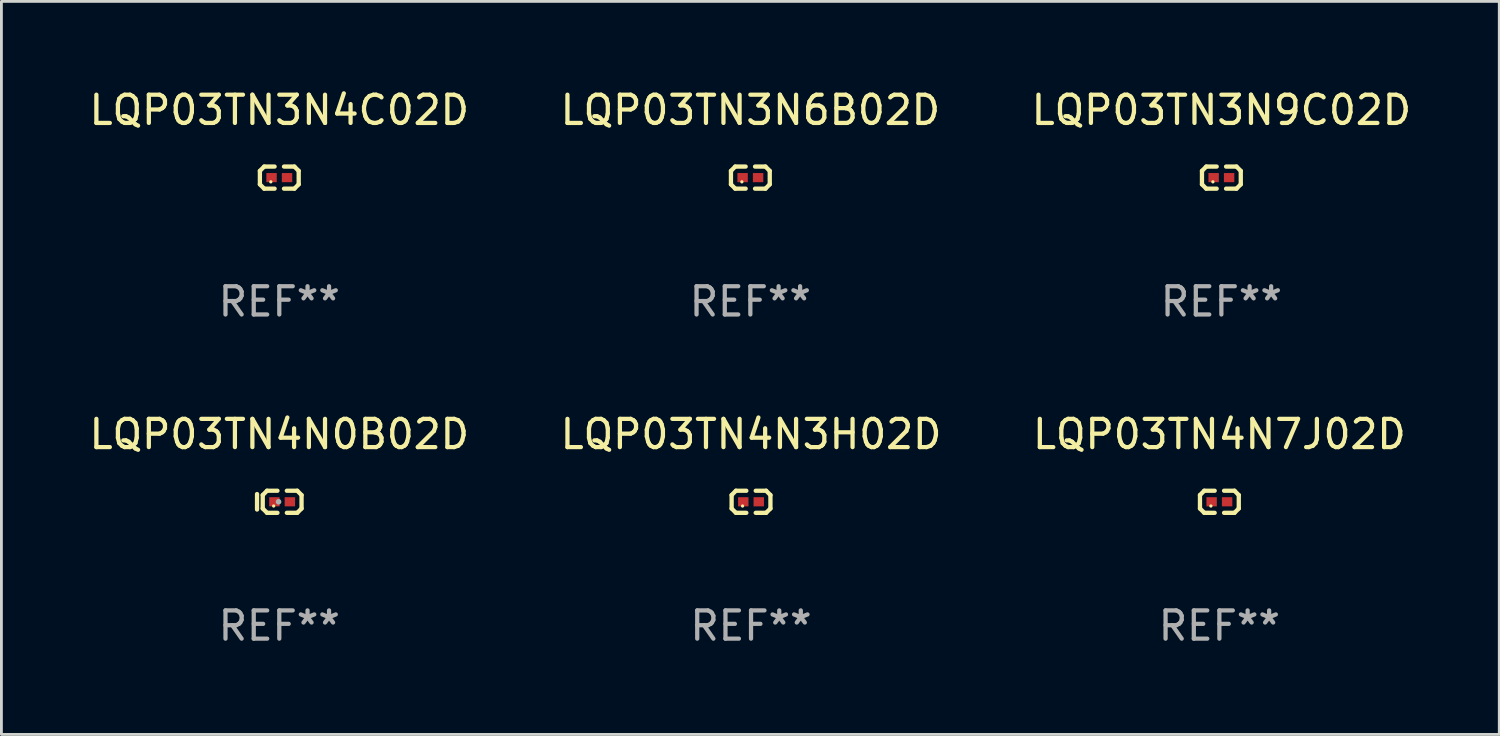
<source format=kicad_pcb>
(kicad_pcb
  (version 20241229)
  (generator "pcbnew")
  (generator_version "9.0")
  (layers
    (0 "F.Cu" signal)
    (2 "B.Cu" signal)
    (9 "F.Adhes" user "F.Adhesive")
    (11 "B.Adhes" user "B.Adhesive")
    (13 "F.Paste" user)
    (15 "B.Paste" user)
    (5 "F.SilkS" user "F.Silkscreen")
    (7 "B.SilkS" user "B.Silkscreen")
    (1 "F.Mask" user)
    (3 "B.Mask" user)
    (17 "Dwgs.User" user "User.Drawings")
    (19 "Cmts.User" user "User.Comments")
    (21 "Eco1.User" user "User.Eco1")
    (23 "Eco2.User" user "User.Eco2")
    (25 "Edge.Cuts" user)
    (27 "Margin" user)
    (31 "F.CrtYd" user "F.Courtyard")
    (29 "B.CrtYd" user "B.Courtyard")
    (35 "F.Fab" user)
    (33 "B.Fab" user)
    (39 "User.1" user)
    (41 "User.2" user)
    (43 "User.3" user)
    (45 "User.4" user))
  (footprint "LQP03TN3N6B02D"
    (layer "F.Cu")
    (at 23.518 3.239)
    (property "Reference" "LQP03TN3N6B02D" (at 0 -2.391 0) (layer "F.SilkS") (effects (font (size 1 1) (thickness 0.15))))
    (attr through_hole)
    (fp_line (start -0.687 -0.238) (end -0.535 -0.391) (stroke (width 0.152) (type solid)) (layer "F.SilkS"))
    (fp_line (start -0.687 0.238) (end -0.687 -0.238) (stroke (width 0.152) (type solid)) (layer "F.SilkS"))
    (fp_line (start -0.535 -0.391) (end -0.166 -0.391) (stroke (width 0.152) (type solid)) (layer "F.SilkS"))
    (fp_line (start -0.535 0.391) (end -0.687 0.238) (stroke (width 0.152) (type solid)) (layer "F.SilkS"))
    (fp_line (start -0.166 0.391) (end -0.535 0.391) (stroke (width 0.152) (type solid)) (layer "F.SilkS"))
    (fp_line (start 0.166 0.391) (end 0.535 0.391) (stroke (width 0.152) (type solid)) (layer "F.SilkS"))
    (fp_line (start 0.535 -0.391) (end 0.166 -0.391) (stroke (width 0.152) (type solid)) (layer "F.SilkS"))
    (fp_line (start 0.535 0.391) (end 0.687 0.238) (stroke (width 0.152) (type solid)) (layer "F.SilkS"))
    (fp_line (start 0.687 -0.238) (end 0.535 -0.391) (stroke (width 0.152) (type solid)) (layer "F.SilkS"))
    (fp_line (start 0.687 0.238) (end 0.687 -0.238) (stroke (width 0.152) (type solid)) (layer "F.SilkS"))
    (fp_circle (center -0.3 0.15) (end -0.27 0.15) (stroke (width 0.06) (type solid)) (fill no) (layer "F.SilkS"))
    (fp_text user "REF**" (at 0 4.391 0) (layer "F.Fab") (effects (font (size 1 1) (thickness 0.15))))
    (pad "1" smd rect (at -0.274 0) (size 0.368 0.324) (layers "F.Cu" "F.Mask" "F.Paste"))
    (pad "2" smd rect (at 0.274 0) (size 0.368 0.324) (layers "F.Cu" "F.Mask" "F.Paste")))
  (footprint "LQP03TN4N3H02D"
    (layer "F.Cu")
    (at 23.542 14.717)
    (property "Reference" "LQP03TN4N3H02D" (at 0 -2.391 0) (layer "F.SilkS") (effects (font (size 1 1) (thickness 0.15))))
    (attr through_hole)
    (fp_line (start -0.687 -0.238) (end -0.535 -0.391) (stroke (width 0.152) (type solid)) (layer "F.SilkS"))
    (fp_line (start -0.687 0.238) (end -0.687 -0.238) (stroke (width 0.152) (type solid)) (layer "F.SilkS"))
    (fp_line (start -0.535 -0.391) (end -0.166 -0.391) (stroke (width 0.152) (type solid)) (layer "F.SilkS"))
    (fp_line (start -0.535 0.391) (end -0.687 0.238) (stroke (width 0.152) (type solid)) (layer "F.SilkS"))
    (fp_line (start -0.166 0.391) (end -0.535 0.391) (stroke (width 0.152) (type solid)) (layer "F.SilkS"))
    (fp_line (start 0.166 0.391) (end 0.535 0.391) (stroke (width 0.152) (type solid)) (layer "F.SilkS"))
    (fp_line (start 0.535 -0.391) (end 0.166 -0.391) (stroke (width 0.152) (type solid)) (layer "F.SilkS"))
    (fp_line (start 0.535 0.391) (end 0.687 0.238) (stroke (width 0.152) (type solid)) (layer "F.SilkS"))
    (fp_line (start 0.687 -0.238) (end 0.535 -0.391) (stroke (width 0.152) (type solid)) (layer "F.SilkS"))
    (fp_line (start 0.687 0.238) (end 0.687 -0.238) (stroke (width 0.152) (type solid)) (layer "F.SilkS"))
    (fp_circle (center -0.3 0.15) (end -0.27 0.15) (stroke (width 0.06) (type solid)) (fill no) (layer "F.SilkS"))
    (fp_text user "REF**" (at 0 4.391 0) (layer "F.Fab") (effects (font (size 1 1) (thickness 0.15))))
    (pad "1" smd rect (at -0.274 0) (size 0.368 0.324) (layers "F.Cu" "F.Mask" "F.Paste"))
    (pad "2" smd rect (at 0.274 0) (size 0.368 0.324) (layers "F.Cu" "F.Mask" "F.Paste")))
  (footprint "LQP03TN4N0B02D"
    (layer "F.Cu")
    (at 6.839 14.717)
    (property "Reference" "LQP03TN4N0B02D" (at 0 -2.391 0) (layer "F.SilkS") (effects (font (size 1 1) (thickness 0.15))))
    (attr through_hole)
    (fp_line (start -0.788 0.274) (end -0.788 -0.274) (stroke (width 0.152) (type solid)) (layer "F.SilkS"))
    (fp_line (start -0.586 -0.238) (end -0.434 -0.391) (stroke (width 0.152) (type solid)) (layer "F.SilkS"))
    (fp_line (start -0.586 0.238) (end -0.586 -0.238) (stroke (width 0.152) (type solid)) (layer "F.SilkS"))
    (fp_line (start -0.434 -0.391) (end -0.065 -0.391) (stroke (width 0.152) (type solid)) (layer "F.SilkS"))
    (fp_line (start -0.434 0.391) (end -0.586 0.238) (stroke (width 0.152) (type solid)) (layer "F.SilkS"))
    (fp_line (start -0.065 0.391) (end -0.434 0.391) (stroke (width 0.152) (type solid)) (layer "F.SilkS"))
    (fp_line (start 0.267 0.391) (end 0.636 0.391) (stroke (width 0.152) (type solid)) (layer "F.SilkS"))
    (fp_line (start 0.636 -0.391) (end 0.267 -0.391) (stroke (width 0.152) (type solid)) (layer "F.SilkS"))
    (fp_line (start 0.636 0.391) (end 0.788 0.238) (stroke (width 0.152) (type solid)) (layer "F.SilkS"))
    (fp_line (start 0.788 -0.238) (end 0.636 -0.391) (stroke (width 0.152) (type solid)) (layer "F.SilkS"))
    (fp_line (start 0.788 0.238) (end 0.788 -0.238) (stroke (width 0.152) (type solid)) (layer "F.SilkS"))
    (fp_circle (center -0.199 0.15) (end -0.169 0.15) (stroke (width 0.06) (type solid)) (fill no) (layer "F.SilkS"))
    (fp_circle (center -0.026 0) (end 0.024 0) (stroke (width 0.1) (type solid)) (fill no) (layer "F.Fab"))
    (fp_text user "REF**" (at 0 4.391 0) (layer "F.Fab") (effects (font (size 1 1) (thickness 0.15))))
    (pad "1" smd rect (at -0.173 0) (size 0.368 0.324) (layers "F.Cu" "F.Mask" "F.Paste"))
    (pad "2" smd rect (at 0.375 0) (size 0.368 0.324) (layers "F.Cu" "F.Mask" "F.Paste")))
  (footprint "LQP03TN4N7J02D"
    (layer "F.Cu")
    (at 40.125 14.717)
    (property "Reference" "LQP03TN4N7J02D" (at 0 -2.391 0) (layer "F.SilkS") (effects (font (size 1 1) (thickness 0.15))))
    (attr through_hole)
    (fp_line (start -0.687 -0.238) (end -0.535 -0.391) (stroke (width 0.152) (type solid)) (layer "F.SilkS"))
    (fp_line (start -0.687 0.238) (end -0.687 -0.238) (stroke (width 0.152) (type solid)) (layer "F.SilkS"))
    (fp_line (start -0.535 -0.391) (end -0.166 -0.391) (stroke (width 0.152) (type solid)) (layer "F.SilkS"))
    (fp_line (start -0.535 0.391) (end -0.687 0.238) (stroke (width 0.152) (type solid)) (layer "F.SilkS"))
    (fp_line (start -0.166 0.391) (end -0.535 0.391) (stroke (width 0.152) (type solid)) (layer "F.SilkS"))
    (fp_line (start 0.166 0.391) (end 0.535 0.391) (stroke (width 0.152) (type solid)) (layer "F.SilkS"))
    (fp_line (start 0.535 -0.391) (end 0.166 -0.391) (stroke (width 0.152) (type solid)) (layer "F.SilkS"))
    (fp_line (start 0.535 0.391) (end 0.687 0.238) (stroke (width 0.152) (type solid)) (layer "F.SilkS"))
    (fp_line (start 0.687 -0.238) (end 0.535 -0.391) (stroke (width 0.152) (type solid)) (layer "F.SilkS"))
    (fp_line (start 0.687 0.238) (end 0.687 -0.238) (stroke (width 0.152) (type solid)) (layer "F.SilkS"))
    (fp_circle (center -0.3 0.15) (end -0.27 0.15) (stroke (width 0.06) (type solid)) (fill no) (layer "F.SilkS"))
    (fp_text user "REF**" (at 0 4.391 0) (layer "F.Fab") (effects (font (size 1 1) (thickness 0.15))))
    (pad "1" smd rect (at -0.274 0) (size 0.368 0.324) (layers "F.Cu" "F.Mask" "F.Paste"))
    (pad "2" smd rect (at 0.274 0) (size 0.368 0.324) (layers "F.Cu" "F.Mask" "F.Paste")))
  (footprint "LQP03TN3N4C02D"
    (layer "F.Cu")
    (at 6.839 3.239)
    (property "Reference" "LQP03TN3N4C02D" (at 0 -2.391 0) (layer "F.SilkS") (effects (font (size 1 1) (thickness 0.15))))
    (attr through_hole)
    (fp_line (start -0.687 -0.238) (end -0.535 -0.391) (stroke (width 0.152) (type solid)) (layer "F.SilkS"))
    (fp_line (start -0.687 0.238) (end -0.687 -0.238) (stroke (width 0.152) (type solid)) (layer "F.SilkS"))
    (fp_line (start -0.535 -0.391) (end -0.166 -0.391) (stroke (width 0.152) (type solid)) (layer "F.SilkS"))
    (fp_line (start -0.535 0.391) (end -0.687 0.238) (stroke (width 0.152) (type solid)) (layer "F.SilkS"))
    (fp_line (start -0.166 0.391) (end -0.535 0.391) (stroke (width 0.152) (type solid)) (layer "F.SilkS"))
    (fp_line (start 0.166 0.391) (end 0.535 0.391) (stroke (width 0.152) (type solid)) (layer "F.SilkS"))
    (fp_line (start 0.535 -0.391) (end 0.166 -0.391) (stroke (width 0.152) (type solid)) (layer "F.SilkS"))
    (fp_line (start 0.535 0.391) (end 0.687 0.238) (stroke (width 0.152) (type solid)) (layer "F.SilkS"))
    (fp_line (start 0.687 -0.238) (end 0.535 -0.391) (stroke (width 0.152) (type solid)) (layer "F.SilkS"))
    (fp_line (start 0.687 0.238) (end 0.687 -0.238) (stroke (width 0.152) (type solid)) (layer "F.SilkS"))
    (fp_circle (center -0.3 0.15) (end -0.27 0.15) (stroke (width 0.06) (type solid)) (fill no) (layer "F.SilkS"))
    (fp_text user "REF**" (at 0 4.391 0) (layer "F.Fab") (effects (font (size 1 1) (thickness 0.15))))
    (pad "1" smd rect (at -0.274 0) (size 0.368 0.324) (layers "F.Cu" "F.Mask" "F.Paste"))
    (pad "2" smd rect (at 0.274 0) (size 0.368 0.324) (layers "F.Cu" "F.Mask" "F.Paste")))
  (footprint "LQP03TN3N9C02D"
    (layer "F.Cu")
    (at 40.196 3.239)
    (property "Reference" "LQP03TN3N9C02D" (at 0 -2.391 0) (layer "F.SilkS") (effects (font (size 1 1) (thickness 0.15))))
    (attr through_hole)
    (fp_line (start -0.687 -0.238) (end -0.535 -0.391) (stroke (width 0.152) (type solid)) (layer "F.SilkS"))
    (fp_line (start -0.687 0.238) (end -0.687 -0.238) (stroke (width 0.152) (type solid)) (layer "F.SilkS"))
    (fp_line (start -0.535 -0.391) (end -0.166 -0.391) (stroke (width 0.152) (type solid)) (layer "F.SilkS"))
    (fp_line (start -0.535 0.391) (end -0.687 0.238) (stroke (width 0.152) (type solid)) (layer "F.SilkS"))
    (fp_line (start -0.166 0.391) (end -0.535 0.391) (stroke (width 0.152) (type solid)) (layer "F.SilkS"))
    (fp_line (start 0.166 0.391) (end 0.535 0.391) (stroke (width 0.152) (type solid)) (layer "F.SilkS"))
    (fp_line (start 0.535 -0.391) (end 0.166 -0.391) (stroke (width 0.152) (type solid)) (layer "F.SilkS"))
    (fp_line (start 0.535 0.391) (end 0.687 0.238) (stroke (width 0.152) (type solid)) (layer "F.SilkS"))
    (fp_line (start 0.687 -0.238) (end 0.535 -0.391) (stroke (width 0.152) (type solid)) (layer "F.SilkS"))
    (fp_line (start 0.687 0.238) (end 0.687 -0.238) (stroke (width 0.152) (type solid)) (layer "F.SilkS"))
    (fp_circle (center -0.3 0.15) (end -0.27 0.15) (stroke (width 0.06) (type solid)) (fill no) (layer "F.SilkS"))
    (fp_text user "REF**" (at 0 4.391 0) (layer "F.Fab") (effects (font (size 1 1) (thickness 0.15))))
    (pad "1" smd rect (at -0.274 0) (size 0.368 0.324) (layers "F.Cu" "F.Mask" "F.Paste"))
    (pad "2" smd rect (at 0.274 0) (size 0.368 0.324) (layers "F.Cu" "F.Mask" "F.Paste")))
  (gr_rect
    (start -3 -3)
    (end 50.036 22.955)
    (stroke (width 0.1) (type default))
    (fill no)
    (layer "Edge.Cuts")))
</source>
